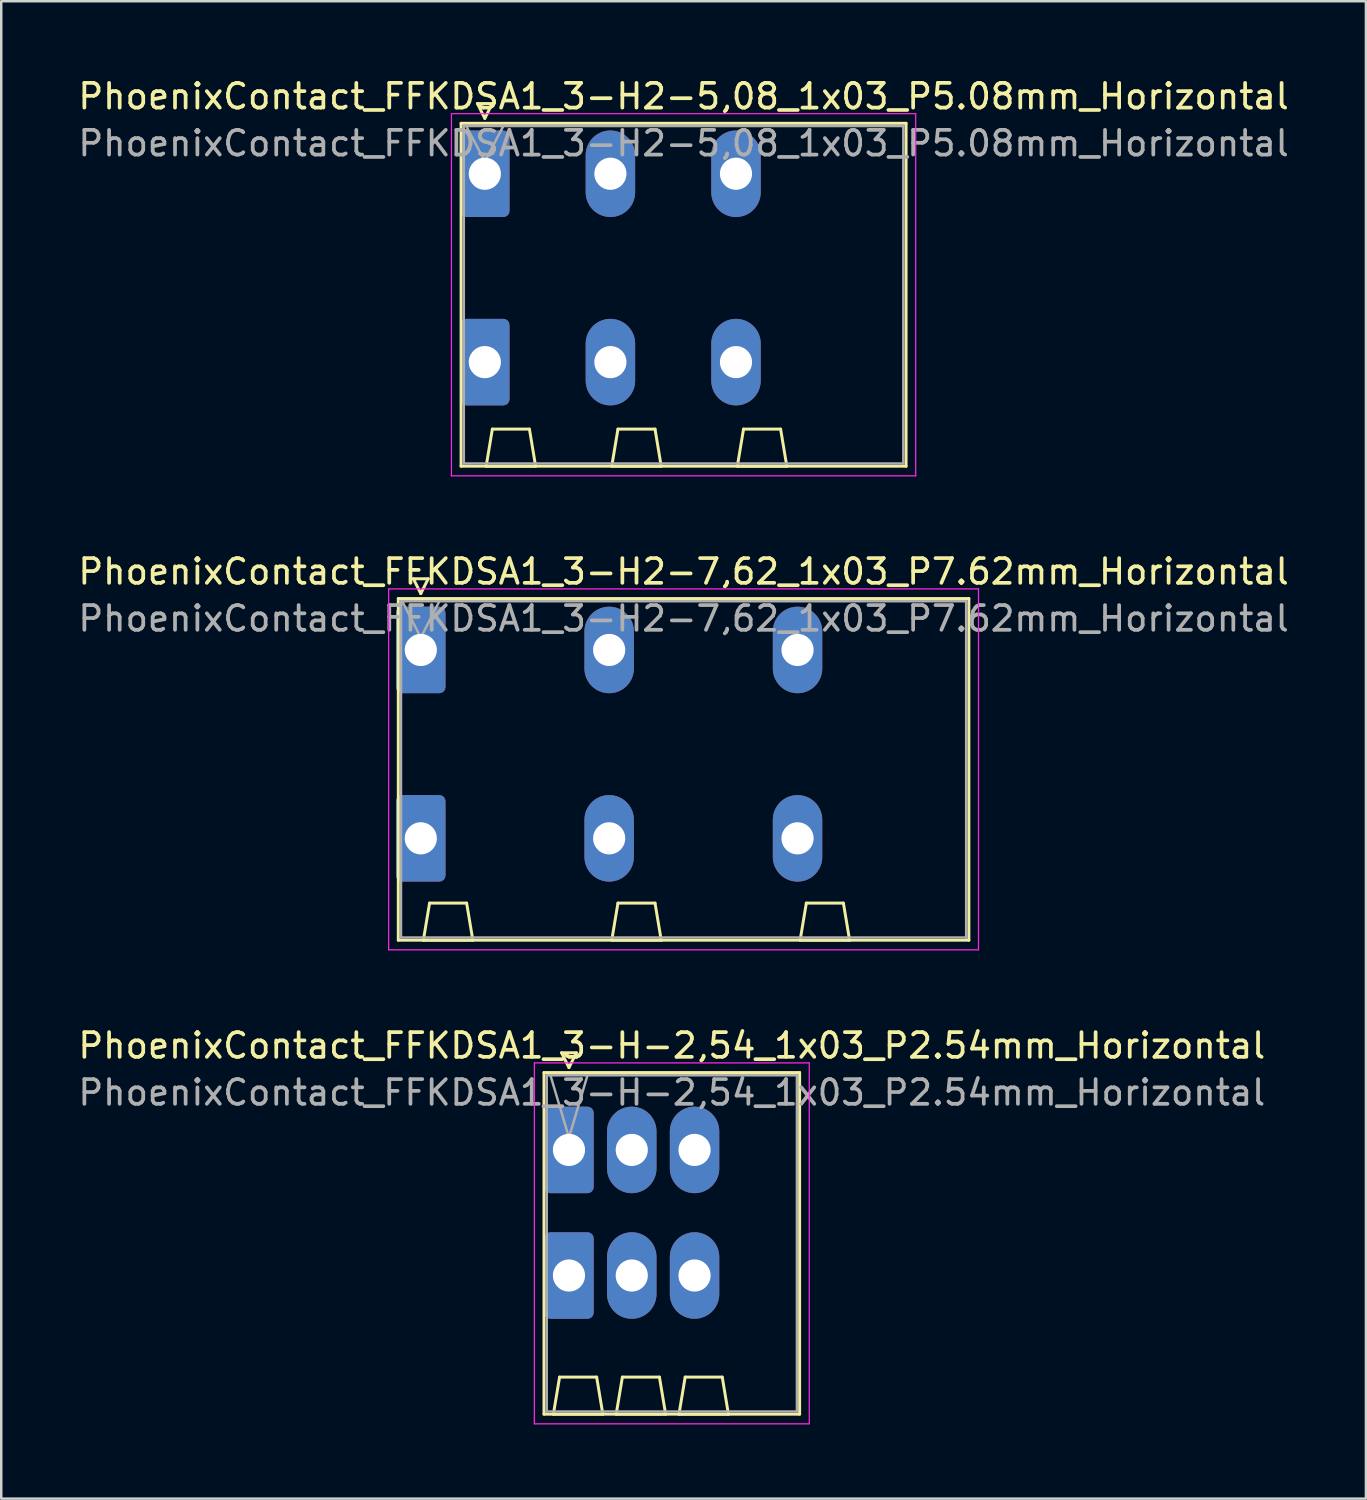
<source format=kicad_pcb>
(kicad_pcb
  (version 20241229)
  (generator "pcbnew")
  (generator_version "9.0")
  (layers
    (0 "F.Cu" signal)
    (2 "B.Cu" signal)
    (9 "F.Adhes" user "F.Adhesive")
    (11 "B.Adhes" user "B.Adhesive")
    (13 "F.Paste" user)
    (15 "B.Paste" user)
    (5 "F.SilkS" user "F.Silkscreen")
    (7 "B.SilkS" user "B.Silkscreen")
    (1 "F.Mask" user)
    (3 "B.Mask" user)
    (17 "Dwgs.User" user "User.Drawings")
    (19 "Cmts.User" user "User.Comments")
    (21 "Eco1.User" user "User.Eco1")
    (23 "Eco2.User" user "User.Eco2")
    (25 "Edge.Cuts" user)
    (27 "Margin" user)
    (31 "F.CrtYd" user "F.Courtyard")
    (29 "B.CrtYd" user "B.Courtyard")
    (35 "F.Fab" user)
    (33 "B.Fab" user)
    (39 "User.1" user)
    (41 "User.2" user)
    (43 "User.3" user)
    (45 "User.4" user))
  (footprint "PhoenixContact_FFKDSA1_3-H-2,54_1x03_P2.54mm_Horizontal"
    (layer "F.Cu")
    (at 19.965 43.465)
    (property "Reference" "PhoenixContact_FFKDSA1_3-H-2,54_1x03_P2.54mm_Horizontal" (at 4.16 -4.22 0) (layer "F.SilkS") (effects (font (size 1 1) (thickness 0.15))))
    (attr through_hole)
    (fp_line (start -1.01 -3.13) (end -1.01 10.69) (stroke (width 0.12) (type solid)) (layer "F.SilkS"))
    (fp_line (start -1.01 10.69) (end 9.33 10.69) (stroke (width 0.12) (type solid)) (layer "F.SilkS"))
    (fp_line (start -0.63 10.69) (end 1.37 10.69) (stroke (width 0.12) (type solid)) (layer "F.SilkS"))
    (fp_line (start -0.38 9.19) (end -0.63 10.69) (stroke (width 0.12) (type solid)) (layer "F.SilkS"))
    (fp_line (start -0.3 -3.93) (end 0.3 -3.93) (stroke (width 0.12) (type solid)) (layer "F.SilkS"))
    (fp_line (start 0 -3.33) (end -0.3 -3.93) (stroke (width 0.12) (type solid)) (layer "F.SilkS"))
    (fp_line (start 0.3 -3.93) (end 0 -3.33) (stroke (width 0.12) (type solid)) (layer "F.SilkS"))
    (fp_line (start 1.12 9.19) (end -0.38 9.19) (stroke (width 0.12) (type solid)) (layer "F.SilkS"))
    (fp_line (start 1.37 10.69) (end 1.12 9.19) (stroke (width 0.12) (type solid)) (layer "F.SilkS"))
    (fp_line (start 1.91 10.69) (end 3.91 10.69) (stroke (width 0.12) (type solid)) (layer "F.SilkS"))
    (fp_line (start 2.16 9.19) (end 1.91 10.69) (stroke (width 0.12) (type solid)) (layer "F.SilkS"))
    (fp_line (start 3.66 9.19) (end 2.16 9.19) (stroke (width 0.12) (type solid)) (layer "F.SilkS"))
    (fp_line (start 3.91 10.69) (end 3.66 9.19) (stroke (width 0.12) (type solid)) (layer "F.SilkS"))
    (fp_line (start 4.45 10.69) (end 6.45 10.69) (stroke (width 0.12) (type solid)) (layer "F.SilkS"))
    (fp_line (start 4.7 9.19) (end 4.45 10.69) (stroke (width 0.12) (type solid)) (layer "F.SilkS"))
    (fp_line (start 6.2 9.19) (end 4.7 9.19) (stroke (width 0.12) (type solid)) (layer "F.SilkS"))
    (fp_line (start 6.45 10.69) (end 6.2 9.19) (stroke (width 0.12) (type solid)) (layer "F.SilkS"))
    (fp_line (start 9.33 -3.13) (end -1.01 -3.13) (stroke (width 0.12) (type solid)) (layer "F.SilkS"))
    (fp_line (start 9.33 10.69) (end 9.33 -3.13) (stroke (width 0.12) (type solid)) (layer "F.SilkS"))
    (fp_line (start -1.4 -3.52) (end -1.4 11.08) (stroke (width 0.05) (type solid)) (layer "F.CrtYd"))
    (fp_line (start -1.4 11.08) (end 9.72 11.08) (stroke (width 0.05) (type solid)) (layer "F.CrtYd"))
    (fp_line (start 9.72 -3.52) (end -1.4 -3.52) (stroke (width 0.05) (type solid)) (layer "F.CrtYd"))
    (fp_line (start 9.72 11.08) (end 9.72 -3.52) (stroke (width 0.05) (type solid)) (layer "F.CrtYd"))
    (fp_line (start -0.9 -3.02) (end -0.9 10.58) (stroke (width 0.1) (type solid)) (layer "F.Fab"))
    (fp_line (start -0.9 10.58) (end 9.22 10.58) (stroke (width 0.1) (type solid)) (layer "F.Fab"))
    (fp_line (start 0 -0.5) (end -0.75 -3.02) (stroke (width 0.1) (type solid)) (layer "F.Fab"))
    (fp_line (start 0.75 -3.02) (end 0 -0.5) (stroke (width 0.1) (type solid)) (layer "F.Fab"))
    (fp_line (start 9.22 -3.02) (end -0.9 -3.02) (stroke (width 0.1) (type solid)) (layer "F.Fab"))
    (fp_line (start 9.22 10.58) (end 9.22 -3.02) (stroke (width 0.1) (type solid)) (layer "F.Fab"))
    (fp_text user "${REFERENCE}" (at 4.16 -2.32 0) (layer "F.Fab") (effects (font (size 1 1) (thickness 0.15))))
    (pad "1" thru_hole roundrect (at 0 0) (size 2 3.5) (drill 1.3) (layers "*.Cu" "*.Mask") (roundrect_rratio 0.125))
    (pad "1" thru_hole roundrect (at 0 5.08) (size 2 3.5) (drill 1.3) (layers "*.Cu" "*.Mask") (roundrect_rratio 0.125))
    (pad "2" thru_hole oval (at 2.54 0) (size 2 3.5) (drill 1.3) (layers "*.Cu" "*.Mask"))
    (pad "2" thru_hole oval (at 2.54 5.08) (size 2 3.5) (drill 1.3) (layers "*.Cu" "*.Mask"))
    (pad "3" thru_hole oval (at 5.08 0) (size 2 3.5) (drill 1.3) (layers "*.Cu" "*.Mask"))
    (pad "3" thru_hole oval (at 5.08 5.08) (size 2 3.5) (drill 1.3) (layers "*.Cu" "*.Mask")))
  (footprint "PhoenixContact_FFKDSA1_3-H2-5,08_1x03_P5.08mm_Horizontal"
    (layer "F.Cu")
    (at 16.561 3.978)
    (property "Reference" "PhoenixContact_FFKDSA1_3-H2-5,08_1x03_P5.08mm_Horizontal" (at 8.04 -3.13 0) (layer "F.SilkS") (effects (font (size 1 1) (thickness 0.15))))
    (attr through_hole)
    (fp_line (start -0.96 -2.04) (end -0.96 11.83) (stroke (width 0.12) (type solid)) (layer "F.SilkS"))
    (fp_line (start -0.96 11.83) (end 17.04 11.83) (stroke (width 0.12) (type solid)) (layer "F.SilkS"))
    (fp_line (start -0.3 -2.84) (end 0.3 -2.84) (stroke (width 0.12) (type solid)) (layer "F.SilkS"))
    (fp_line (start 0 -2.24) (end -0.3 -2.84) (stroke (width 0.12) (type solid)) (layer "F.SilkS"))
    (fp_line (start 0.055 11.83) (end 2.055 11.83) (stroke (width 0.12) (type solid)) (layer "F.SilkS"))
    (fp_line (start 0.3 -2.84) (end 0 -2.24) (stroke (width 0.12) (type solid)) (layer "F.SilkS"))
    (fp_line (start 0.305 10.33) (end 0.055 11.83) (stroke (width 0.12) (type solid)) (layer "F.SilkS"))
    (fp_line (start 1.805 10.33) (end 0.305 10.33) (stroke (width 0.12) (type solid)) (layer "F.SilkS"))
    (fp_line (start 2.055 11.83) (end 1.805 10.33) (stroke (width 0.12) (type solid)) (layer "F.SilkS"))
    (fp_line (start 5.135 11.83) (end 7.135 11.83) (stroke (width 0.12) (type solid)) (layer "F.SilkS"))
    (fp_line (start 5.385 10.33) (end 5.135 11.83) (stroke (width 0.12) (type solid)) (layer "F.SilkS"))
    (fp_line (start 6.885 10.33) (end 5.385 10.33) (stroke (width 0.12) (type solid)) (layer "F.SilkS"))
    (fp_line (start 7.135 11.83) (end 6.885 10.33) (stroke (width 0.12) (type solid)) (layer "F.SilkS"))
    (fp_line (start 10.215 11.83) (end 12.215 11.83) (stroke (width 0.12) (type solid)) (layer "F.SilkS"))
    (fp_line (start 10.465 10.33) (end 10.215 11.83) (stroke (width 0.12) (type solid)) (layer "F.SilkS"))
    (fp_line (start 11.965 10.33) (end 10.465 10.33) (stroke (width 0.12) (type solid)) (layer "F.SilkS"))
    (fp_line (start 12.215 11.83) (end 11.965 10.33) (stroke (width 0.12) (type solid)) (layer "F.SilkS"))
    (fp_line (start 17.04 -2.04) (end -0.96 -2.04) (stroke (width 0.12) (type solid)) (layer "F.SilkS"))
    (fp_line (start 17.04 11.83) (end 17.04 -2.04) (stroke (width 0.12) (type solid)) (layer "F.SilkS"))
    (fp_line (start -1.35 -2.43) (end -1.35 12.22) (stroke (width 0.05) (type solid)) (layer "F.CrtYd"))
    (fp_line (start -1.35 12.22) (end 17.43 12.22) (stroke (width 0.05) (type solid)) (layer "F.CrtYd"))
    (fp_line (start 17.43 -2.43) (end -1.35 -2.43) (stroke (width 0.05) (type solid)) (layer "F.CrtYd"))
    (fp_line (start 17.43 12.22) (end 17.43 -2.43) (stroke (width 0.05) (type solid)) (layer "F.CrtYd"))
    (fp_line (start -0.85 -1.93) (end -0.85 11.72) (stroke (width 0.1) (type solid)) (layer "F.Fab"))
    (fp_line (start -0.85 11.72) (end 16.93 11.72) (stroke (width 0.1) (type solid)) (layer "F.Fab"))
    (fp_line (start 0 -0.5) (end -0.75 -1.93) (stroke (width 0.1) (type solid)) (layer "F.Fab"))
    (fp_line (start 0.75 -1.93) (end 0 -0.5) (stroke (width 0.1) (type solid)) (layer "F.Fab"))
    (fp_line (start 16.93 -1.93) (end -0.85 -1.93) (stroke (width 0.1) (type solid)) (layer "F.Fab"))
    (fp_line (start 16.93 11.72) (end 16.93 -1.93) (stroke (width 0.1) (type solid)) (layer "F.Fab"))
    (fp_text user "${REFERENCE}" (at 8.04 -1.23 0) (layer "F.Fab") (effects (font (size 1 1) (thickness 0.15))))
    (pad "1" thru_hole roundrect (at 0 0) (size 2 3.5) (drill 1.3) (layers "*.Cu" "*.Mask") (roundrect_rratio 0.125))
    (pad "1" thru_hole roundrect (at 0 7.62) (size 2 3.5) (drill 1.3) (layers "*.Cu" "*.Mask") (roundrect_rratio 0.125))
    (pad "2" thru_hole oval (at 5.08 0) (size 2 3.5) (drill 1.3) (layers "*.Cu" "*.Mask"))
    (pad "2" thru_hole oval (at 5.08 7.62) (size 2 3.5) (drill 1.3) (layers "*.Cu" "*.Mask"))
    (pad "3" thru_hole oval (at 10.16 0) (size 2 3.5) (drill 1.3) (layers "*.Cu" "*.Mask"))
    (pad "3" thru_hole oval (at 10.16 7.62) (size 2 3.5) (drill 1.3) (layers "*.Cu" "*.Mask")))
  (footprint "PhoenixContact_FFKDSA1_3-H2-7,62_1x03_P7.62mm_Horizontal"
    (layer "F.Cu")
    (at 13.971 23.241)
    (property "Reference" "PhoenixContact_FFKDSA1_3-H2-7,62_1x03_P7.62mm_Horizontal" (at 10.63 -3.17 0) (layer "F.SilkS") (effects (font (size 1 1) (thickness 0.15))))
    (attr through_hole)
    (fp_line (start -0.91 -2.08) (end -0.91 11.74) (stroke (width 0.12) (type solid)) (layer "F.SilkS"))
    (fp_line (start -0.91 11.74) (end 22.17 11.74) (stroke (width 0.12) (type solid)) (layer "F.SilkS"))
    (fp_line (start -0.3 -2.88) (end 0.3 -2.88) (stroke (width 0.12) (type solid)) (layer "F.SilkS"))
    (fp_line (start 0 -2.28) (end -0.3 -2.88) (stroke (width 0.12) (type solid)) (layer "F.SilkS"))
    (fp_line (start 0.105 11.74) (end 2.105 11.74) (stroke (width 0.12) (type solid)) (layer "F.SilkS"))
    (fp_line (start 0.3 -2.88) (end 0 -2.28) (stroke (width 0.12) (type solid)) (layer "F.SilkS"))
    (fp_line (start 0.355 10.24) (end 0.105 11.74) (stroke (width 0.12) (type solid)) (layer "F.SilkS"))
    (fp_line (start 1.855 10.24) (end 0.355 10.24) (stroke (width 0.12) (type solid)) (layer "F.SilkS"))
    (fp_line (start 2.105 11.74) (end 1.855 10.24) (stroke (width 0.12) (type solid)) (layer "F.SilkS"))
    (fp_line (start 7.725 11.74) (end 9.725 11.74) (stroke (width 0.12) (type solid)) (layer "F.SilkS"))
    (fp_line (start 7.975 10.24) (end 7.725 11.74) (stroke (width 0.12) (type solid)) (layer "F.SilkS"))
    (fp_line (start 9.475 10.24) (end 7.975 10.24) (stroke (width 0.12) (type solid)) (layer "F.SilkS"))
    (fp_line (start 9.725 11.74) (end 9.475 10.24) (stroke (width 0.12) (type solid)) (layer "F.SilkS"))
    (fp_line (start 15.345 11.74) (end 17.345 11.74) (stroke (width 0.12) (type solid)) (layer "F.SilkS"))
    (fp_line (start 15.595 10.24) (end 15.345 11.74) (stroke (width 0.12) (type solid)) (layer "F.SilkS"))
    (fp_line (start 17.095 10.24) (end 15.595 10.24) (stroke (width 0.12) (type solid)) (layer "F.SilkS"))
    (fp_line (start 17.345 11.74) (end 17.095 10.24) (stroke (width 0.12) (type solid)) (layer "F.SilkS"))
    (fp_line (start 22.17 -2.08) (end -0.91 -2.08) (stroke (width 0.12) (type solid)) (layer "F.SilkS"))
    (fp_line (start 22.17 11.74) (end 22.17 -2.08) (stroke (width 0.12) (type solid)) (layer "F.SilkS"))
    (fp_line (start -1.3 -2.47) (end -1.3 12.13) (stroke (width 0.05) (type solid)) (layer "F.CrtYd"))
    (fp_line (start -1.3 12.13) (end 22.56 12.13) (stroke (width 0.05) (type solid)) (layer "F.CrtYd"))
    (fp_line (start 22.56 -2.47) (end -1.3 -2.47) (stroke (width 0.05) (type solid)) (layer "F.CrtYd"))
    (fp_line (start 22.56 12.13) (end 22.56 -2.47) (stroke (width 0.05) (type solid)) (layer "F.CrtYd"))
    (fp_line (start -0.8 -1.97) (end -0.8 11.63) (stroke (width 0.1) (type solid)) (layer "F.Fab"))
    (fp_line (start -0.8 11.63) (end 22.06 11.63) (stroke (width 0.1) (type solid)) (layer "F.Fab"))
    (fp_line (start 0 -0.5) (end -0.75 -1.97) (stroke (width 0.1) (type solid)) (layer "F.Fab"))
    (fp_line (start 0.75 -1.97) (end 0 -0.5) (stroke (width 0.1) (type solid)) (layer "F.Fab"))
    (fp_line (start 22.06 -1.97) (end -0.8 -1.97) (stroke (width 0.1) (type solid)) (layer "F.Fab"))
    (fp_line (start 22.06 11.63) (end 22.06 -1.97) (stroke (width 0.1) (type solid)) (layer "F.Fab"))
    (fp_text user "${REFERENCE}" (at 10.63 -1.27 0) (layer "F.Fab") (effects (font (size 1 1) (thickness 0.15))))
    (pad "1" thru_hole roundrect (at 0 0) (size 2 3.5) (drill 1.3) (layers "*.Cu" "*.Mask") (roundrect_rratio 0.125))
    (pad "1" thru_hole roundrect (at 0 7.62) (size 2 3.5) (drill 1.3) (layers "*.Cu" "*.Mask") (roundrect_rratio 0.125))
    (pad "2" thru_hole oval (at 7.62 0) (size 2 3.5) (drill 1.3) (layers "*.Cu" "*.Mask"))
    (pad "2" thru_hole oval (at 7.62 7.62) (size 2 3.5) (drill 1.3) (layers "*.Cu" "*.Mask"))
    (pad "3" thru_hole oval (at 15.24 0) (size 2 3.5) (drill 1.3) (layers "*.Cu" "*.Mask"))
    (pad "3" thru_hole oval (at 15.24 7.62) (size 2 3.5) (drill 1.3) (layers "*.Cu" "*.Mask")))
  (gr_rect
    (start -3 -3)
    (end 52.202 57.57)
    (stroke (width 0.1) (type default))
    (fill no)
    (layer "Edge.Cuts")))
</source>
